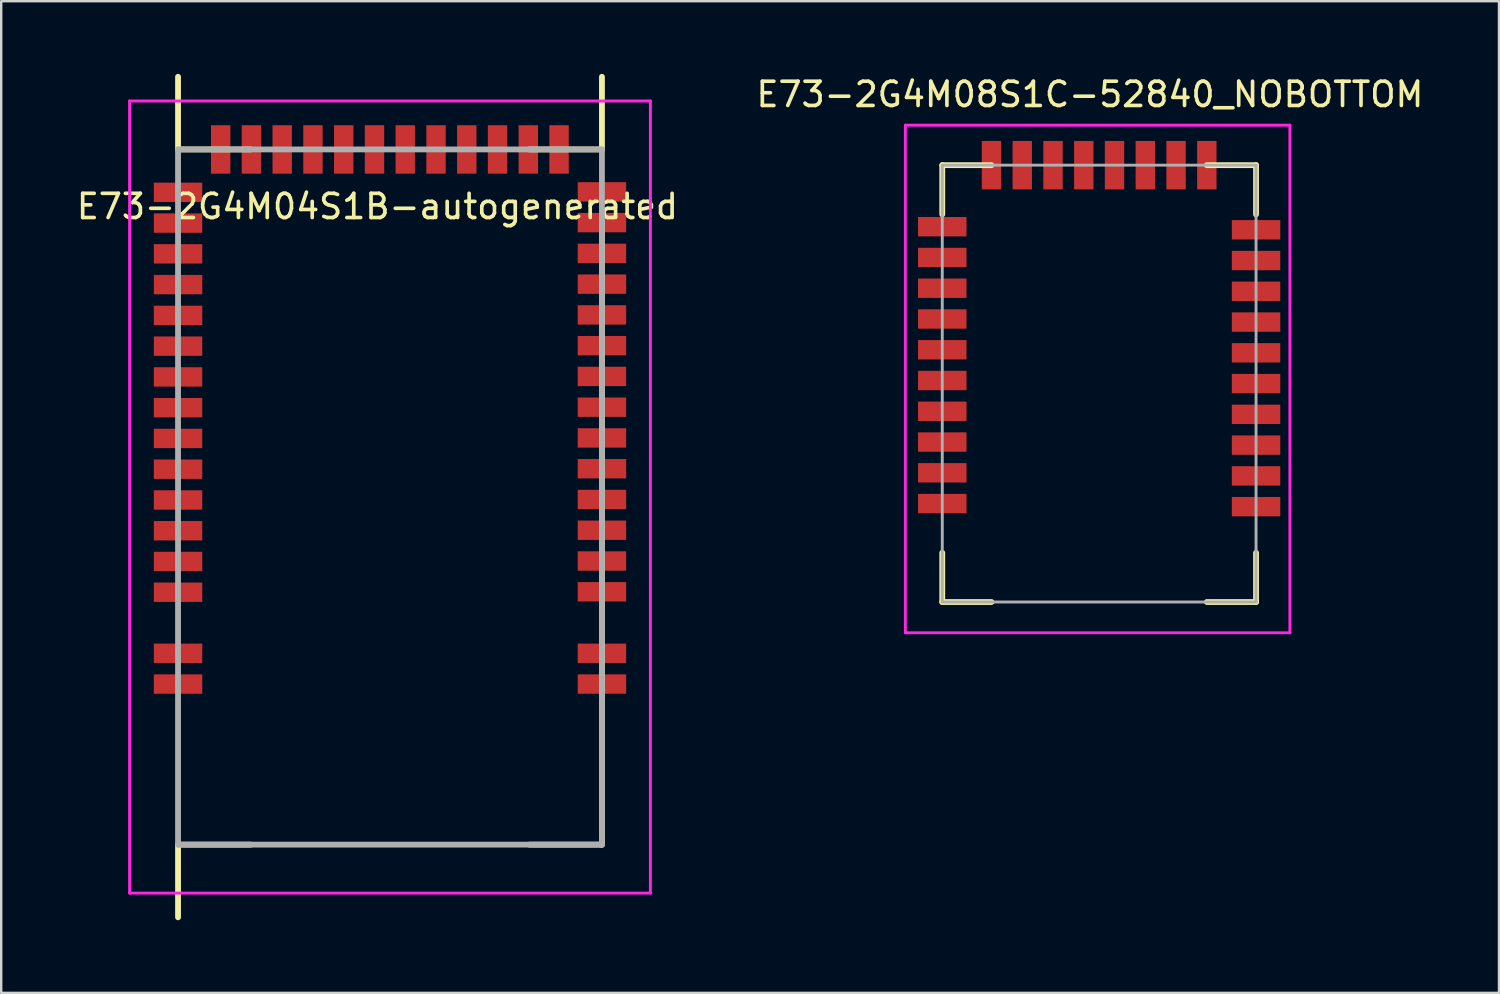
<source format=kicad_pcb>
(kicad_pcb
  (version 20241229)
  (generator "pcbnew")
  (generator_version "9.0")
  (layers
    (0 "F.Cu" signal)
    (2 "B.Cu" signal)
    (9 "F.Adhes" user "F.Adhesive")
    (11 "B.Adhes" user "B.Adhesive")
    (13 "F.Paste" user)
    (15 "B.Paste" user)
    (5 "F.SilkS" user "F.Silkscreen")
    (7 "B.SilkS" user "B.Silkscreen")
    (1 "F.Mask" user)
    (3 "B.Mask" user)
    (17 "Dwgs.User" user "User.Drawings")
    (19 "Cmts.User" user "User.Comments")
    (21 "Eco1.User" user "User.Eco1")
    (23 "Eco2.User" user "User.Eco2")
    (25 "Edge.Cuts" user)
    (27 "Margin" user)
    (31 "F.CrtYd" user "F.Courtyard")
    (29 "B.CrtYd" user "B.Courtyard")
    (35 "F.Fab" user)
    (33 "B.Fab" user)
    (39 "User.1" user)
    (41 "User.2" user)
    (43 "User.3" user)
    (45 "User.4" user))
  (footprint "E73-2G4M04S1B-autogenerated"
    (layer "F.Cu")
    (at 13.05 17.47)
    (property "Reference" "E73-2G4M04S1B-autogenerated" (at -0.52 -11.995 0) (layer "F.SilkS") (effects (font (size 1 1) (thickness 0.15))))
    (attr through_hole)
    (fp_line (start -8.75 -14.35) (end -8.75 -17.35) (stroke (width 0.24) (type solid)) (layer "F.SilkS"))
    (fp_line (start -8.75 14.35) (end -5.75 14.35) (stroke (width 0.24) (type solid)) (layer "F.SilkS"))
    (fp_line (start -8.75 17.35) (end -8.75 14.35) (stroke (width 0.24) (type solid)) (layer "F.SilkS"))
    (fp_line (start -5.75 -14.35) (end -8.75 -14.35) (stroke (width 0.24) (type solid)) (layer "F.SilkS"))
    (fp_line (start 5.75 14.35) (end 8.75 14.35) (stroke (width 0.24) (type solid)) (layer "F.SilkS"))
    (fp_line (start 8.75 -17.35) (end 8.75 -14.35) (stroke (width 0.24) (type solid)) (layer "F.SilkS"))
    (fp_line (start 8.75 -14.35) (end 5.75 -14.35) (stroke (width 0.24) (type solid)) (layer "F.SilkS"))
    (fp_line (start 8.75 14.35) (end 8.75 -11.35) (stroke (width 0.24) (type solid)) (layer "F.SilkS"))
    (fp_line (start -10.75 -16.35) (end -10.75 16.35) (stroke (width 0.12) (type solid)) (layer "F.CrtYd"))
    (fp_line (start -10.75 16.35) (end 10.75 16.35) (stroke (width 0.12) (type solid)) (layer "F.CrtYd"))
    (fp_line (start 10.75 -16.35) (end -10.75 -16.35) (stroke (width 0.12) (type solid)) (layer "F.CrtYd"))
    (fp_line (start 10.75 16.35) (end 10.75 -16.35) (stroke (width 0.12) (type solid)) (layer "F.CrtYd"))
    (fp_line (start -8.75 -14.35) (end -8.75 14.35) (stroke (width 0.24) (type solid)) (layer "F.Fab"))
    (fp_line (start -8.75 14.35) (end 8.75 14.35) (stroke (width 0.24) (type solid)) (layer "F.Fab"))
    (fp_line (start 8.75 -14.35) (end -8.75 -14.35) (stroke (width 0.24) (type solid)) (layer "F.Fab"))
    (fp_line (start 8.75 14.35) (end 8.75 -14.35) (stroke (width 0.24) (type solid)) (layer "F.Fab"))
    (pad "0" smd rect (at 8.75 7.72) (size 2 0.8) (layers "F.Cu" "F.Mask" "F.Paste"))
    (pad "1" smd rect (at 8.75 6.45) (size 2 0.8) (layers "F.Cu" "F.Mask" "F.Paste"))
    (pad "2" smd rect (at 8.75 3.91) (size 2 0.8) (layers "F.Cu" "F.Mask" "F.Paste"))
    (pad "3" smd rect (at 8.75 2.64) (size 2 0.8) (layers "F.Cu" "F.Mask" "F.Paste"))
    (pad "4" smd rect (at 8.75 1.37) (size 2 0.8) (layers "F.Cu" "F.Mask" "F.Paste"))
    (pad "5" smd rect (at 8.75 0.1) (size 2 0.8) (layers "F.Cu" "F.Mask" "F.Paste"))
    (pad "6" smd rect (at 8.75 -1.17) (size 2 0.8) (layers "F.Cu" "F.Mask" "F.Paste"))
    (pad "7" smd rect (at 8.75 -2.44) (size 2 0.8) (layers "F.Cu" "F.Mask" "F.Paste"))
    (pad "8" smd rect (at 8.75 -3.71) (size 2 0.8) (layers "F.Cu" "F.Mask" "F.Paste"))
    (pad "9" smd rect (at 8.75 -4.98) (size 2 0.8) (layers "F.Cu" "F.Mask" "F.Paste"))
    (pad "10" smd rect (at 8.75 -6.25) (size 2 0.8) (layers "F.Cu" "F.Mask" "F.Paste"))
    (pad "11" smd rect (at 8.75 -7.52) (size 2 0.8) (layers "F.Cu" "F.Mask" "F.Paste"))
    (pad "12" smd rect (at 8.75 -8.79) (size 2 0.8) (layers "F.Cu" "F.Mask" "F.Paste"))
    (pad "13" smd rect (at 8.75 -10.06) (size 2 0.8) (layers "F.Cu" "F.Mask" "F.Paste"))
    (pad "14" smd rect (at 8.75 -11.33) (size 2 0.8) (layers "F.Cu" "F.Mask" "F.Paste"))
    (pad "15" smd rect (at 8.75 -12.6) (size 2 0.8) (layers "F.Cu" "F.Mask" "F.Paste"))
    (pad "16" smd rect (at 6.98 -14.35) (size 0.8 2) (layers "F.Cu" "F.Mask" "F.Paste"))
    (pad "17" smd rect (at 5.71 -14.35) (size 0.8 2) (layers "F.Cu" "F.Mask" "F.Paste"))
    (pad "18" smd rect (at 4.44 -14.35) (size 0.8 2) (layers "F.Cu" "F.Mask" "F.Paste"))
    (pad "19" smd rect (at 3.17 -14.35) (size 0.8 2) (layers "F.Cu" "F.Mask" "F.Paste"))
    (pad "20" smd rect (at 1.9 -14.35) (size 0.8 2) (layers "F.Cu" "F.Mask" "F.Paste"))
    (pad "21" smd rect (at 0.63 -14.35) (size 0.8 2) (layers "F.Cu" "F.Mask" "F.Paste"))
    (pad "22" smd rect (at -0.64 -14.35) (size 0.8 2) (layers "F.Cu" "F.Mask" "F.Paste"))
    (pad "23" smd rect (at -1.91 -14.35) (size 0.8 2) (layers "F.Cu" "F.Mask" "F.Paste"))
    (pad "24" smd rect (at -3.18 -14.35) (size 0.8 2) (layers "F.Cu" "F.Mask" "F.Paste"))
    (pad "25" smd rect (at -4.45 -14.35) (size 0.8 2) (layers "F.Cu" "F.Mask" "F.Paste"))
    (pad "26" smd rect (at -5.72 -14.35) (size 0.8 2) (layers "F.Cu" "F.Mask" "F.Paste"))
    (pad "27" smd rect (at -6.99 -14.35) (size 0.8 2) (layers "F.Cu" "F.Mask" "F.Paste"))
    (pad "28" smd rect (at -8.75 -12.58) (size 2 0.8) (layers "F.Cu" "F.Mask" "F.Paste"))
    (pad "29" smd rect (at -8.75 -11.31) (size 2 0.8) (layers "F.Cu" "F.Mask" "F.Paste"))
    (pad "30" smd rect (at -8.75 -10.04) (size 2 0.8) (layers "F.Cu" "F.Mask" "F.Paste"))
    (pad "31" smd rect (at -8.75 -8.77) (size 2 0.8) (layers "F.Cu" "F.Mask" "F.Paste"))
    (pad "32" smd rect (at -8.75 -7.5) (size 2 0.8) (layers "F.Cu" "F.Mask" "F.Paste"))
    (pad "33" smd rect (at -8.75 -6.23) (size 2 0.8) (layers "F.Cu" "F.Mask" "F.Paste"))
    (pad "34" smd rect (at -8.75 -4.96) (size 2 0.8) (layers "F.Cu" "F.Mask" "F.Paste"))
    (pad "35" smd rect (at -8.75 -3.69) (size 2 0.8) (layers "F.Cu" "F.Mask" "F.Paste"))
    (pad "36" smd rect (at -8.75 -2.42) (size 2 0.8) (layers "F.Cu" "F.Mask" "F.Paste"))
    (pad "37" smd rect (at -8.75 -1.15) (size 2 0.8) (layers "F.Cu" "F.Mask" "F.Paste"))
    (pad "38" smd rect (at -8.75 0.12) (size 2 0.8) (layers "F.Cu" "F.Mask" "F.Paste"))
    (pad "39" smd rect (at -8.75 1.39) (size 2 0.8) (layers "F.Cu" "F.Mask" "F.Paste"))
    (pad "40" smd rect (at -8.75 2.66) (size 2 0.8) (layers "F.Cu" "F.Mask" "F.Paste"))
    (pad "41" smd rect (at -8.75 3.93) (size 2 0.8) (layers "F.Cu" "F.Mask" "F.Paste"))
    (pad "42" smd rect (at -8.75 6.45) (size 2 0.8) (layers "F.Cu" "F.Mask" "F.Paste"))
    (pad "43" smd rect (at -8.75 7.72) (size 2 0.8) (layers "F.Cu" "F.Mask" "F.Paste")))
  (footprint "E73-2G4M08S1C-52840_NOBOTTOM"
    (layer "F.Cu")
    (at 43.216 24.343)
    (property "Reference" "E73-2G4M08S1C-52840_NOBOTTOM" (at -1.27 -23.495 0) (layer "F.SilkS") (effects (font (size 1 1) (thickness 0.15))))
    (attr through_hole)
    (fp_line (start -7.366 -20.574) (end -7.366 -18.542) (stroke (width 0.24) (type solid)) (layer "F.SilkS"))
    (fp_line (start -7.366 -20.574) (end -5.334 -20.574) (stroke (width 0.24) (type solid)) (layer "F.SilkS"))
    (fp_line (start -7.366 -2.54) (end -7.366 -4.572) (stroke (width 0.24) (type solid)) (layer "F.SilkS"))
    (fp_line (start -7.366 -2.54) (end -5.334 -2.54) (stroke (width 0.24) (type solid)) (layer "F.SilkS"))
    (fp_line (start 5.588 -20.574) (end 3.556 -20.574) (stroke (width 0.24) (type solid)) (layer "F.SilkS"))
    (fp_line (start 5.588 -20.574) (end 5.588 -18.542) (stroke (width 0.24) (type solid)) (layer "F.SilkS"))
    (fp_line (start 5.588 -2.54) (end 3.556 -2.54) (stroke (width 0.24) (type solid)) (layer "F.SilkS"))
    (fp_line (start 5.588 -2.54) (end 5.588 -4.572) (stroke (width 0.24) (type solid)) (layer "F.SilkS"))
    (fp_line (start -8.89 -22.225) (end 6.985 -22.225) (stroke (width 0.12) (type solid)) (layer "F.CrtYd"))
    (fp_line (start -8.89 -1.27) (end -8.89 -22.225) (stroke (width 0.12) (type solid)) (layer "F.CrtYd"))
    (fp_line (start 6.985 -22.225) (end 6.985 -1.27) (stroke (width 0.12) (type solid)) (layer "F.CrtYd"))
    (fp_line (start 6.985 -1.27) (end -8.89 -1.27) (stroke (width 0.12) (type solid)) (layer "F.CrtYd"))
    (fp_line (start -7.366 -20.574) (end -7.366 -2.54) (stroke (width 0.12) (type solid)) (layer "F.Fab"))
    (fp_line (start -7.366 -2.54) (end 5.588 -2.54) (stroke (width 0.12) (type solid)) (layer "F.Fab"))
    (fp_line (start 5.588 -20.574) (end -7.366 -20.574) (stroke (width 0.12) (type solid)) (layer "F.Fab"))
    (fp_line (start 5.588 -2.54) (end 5.588 -20.574) (stroke (width 0.12) (type solid)) (layer "F.Fab"))
    (pad "1" smd rect (at 5.588 -6.477) (size 2 0.8) (layers "F.Cu" "F.Mask" "F.Paste"))
    (pad "2" smd rect (at 5.588 -7.747) (size 2 0.8) (layers "F.Cu" "F.Mask" "F.Paste"))
    (pad "3" smd rect (at 5.588 -9.017) (size 2 0.8) (layers "F.Cu" "F.Mask" "F.Paste"))
    (pad "4" smd rect (at 5.588 -10.287) (size 2 0.8) (layers "F.Cu" "F.Mask" "F.Paste"))
    (pad "5" smd rect (at 5.588 -11.557) (size 2 0.8) (layers "F.Cu" "F.Mask" "F.Paste"))
    (pad "6" smd rect (at 5.588 -12.827) (size 2 0.8) (layers "F.Cu" "F.Mask" "F.Paste"))
    (pad "7" smd rect (at 5.588 -14.097) (size 2 0.8) (layers "F.Cu" "F.Mask" "F.Paste"))
    (pad "8" smd rect (at 5.588 -15.367) (size 2 0.8) (layers "F.Cu" "F.Mask" "F.Paste"))
    (pad "9" smd rect (at 5.588 -16.637) (size 2 0.8) (layers "F.Cu" "F.Mask" "F.Paste"))
    (pad "10" smd rect (at 5.588 -17.907) (size 2 0.8) (layers "F.Cu" "F.Mask" "F.Paste"))
    (pad "11" smd rect (at 3.556 -20.574 90) (size 2 0.8) (layers "F.Cu" "F.Mask" "F.Paste"))
    (pad "13" smd rect (at 2.286 -20.574 90) (size 2 0.8) (layers "F.Cu" "F.Mask" "F.Paste"))
    (pad "15" smd rect (at 1.016 -20.574 90) (size 2 0.8) (layers "F.Cu" "F.Mask" "F.Paste"))
    (pad "17" smd rect (at -0.254 -20.574 90) (size 2 0.8) (layers "F.Cu" "F.Mask" "F.Paste"))
    (pad "19" smd rect (at -1.524 -20.574 90) (size 2 0.8) (layers "F.Cu" "F.Mask" "F.Paste"))
    (pad "21" smd rect (at -2.794 -20.574 90) (size 2 0.8) (layers "F.Cu" "F.Mask" "F.Paste"))
    (pad "23" smd rect (at -4.064 -20.574 90) (size 2 0.8) (layers "F.Cu" "F.Mask" "F.Paste"))
    (pad "25" smd rect (at -5.334 -20.574 90) (size 2 0.8) (layers "F.Cu" "F.Mask" "F.Paste"))
    (pad "26" smd rect (at -7.366 -18.034) (size 2 0.8) (layers "F.Cu" "F.Mask" "F.Paste"))
    (pad "27" smd rect (at -7.366 -16.764) (size 2 0.8) (layers "F.Cu" "F.Mask" "F.Paste"))
    (pad "29" smd rect (at -7.366 -15.494) (size 2 0.8) (layers "F.Cu" "F.Mask" "F.Paste"))
    (pad "31" smd rect (at -7.366 -14.224) (size 2 0.8) (layers "F.Cu" "F.Mask" "F.Paste"))
    (pad "33" smd rect (at -7.366 -12.954) (size 2 0.8) (layers "F.Cu" "F.Mask" "F.Paste"))
    (pad "35" smd rect (at -7.366 -11.684) (size 2 0.8) (layers "F.Cu" "F.Mask" "F.Paste"))
    (pad "37" smd rect (at -7.366 -10.414) (size 2 0.8) (layers "F.Cu" "F.Mask" "F.Paste"))
    (pad "39" smd rect (at -7.366 -9.144) (size 2 0.8) (layers "F.Cu" "F.Mask" "F.Paste"))
    (pad "41" smd rect (at -7.366 -7.874) (size 2 0.8) (layers "F.Cu" "F.Mask" "F.Paste"))
    (pad "43" smd rect (at -7.366 -6.604) (size 2 0.8) (layers "F.Cu" "F.Mask" "F.Paste")))
  (gr_rect
    (start -3 -3)
    (end 58.833 37.94)
    (stroke (width 0.1) (type default))
    (fill no)
    (layer "Edge.Cuts")))
</source>
